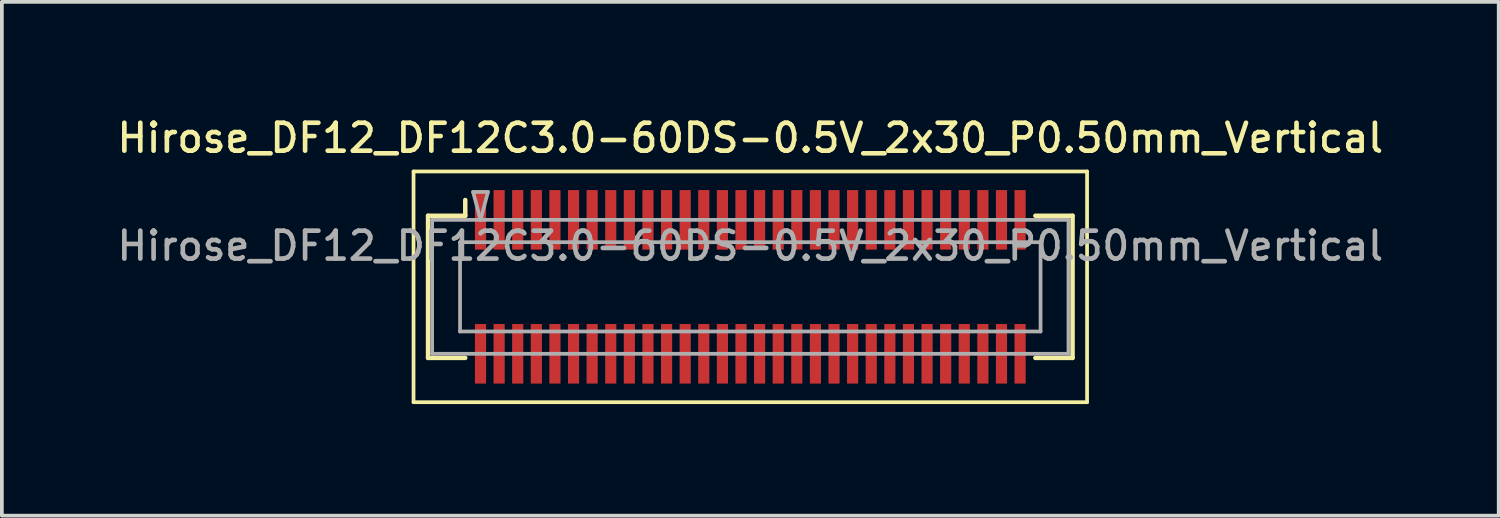
<source format=kicad_pcb>
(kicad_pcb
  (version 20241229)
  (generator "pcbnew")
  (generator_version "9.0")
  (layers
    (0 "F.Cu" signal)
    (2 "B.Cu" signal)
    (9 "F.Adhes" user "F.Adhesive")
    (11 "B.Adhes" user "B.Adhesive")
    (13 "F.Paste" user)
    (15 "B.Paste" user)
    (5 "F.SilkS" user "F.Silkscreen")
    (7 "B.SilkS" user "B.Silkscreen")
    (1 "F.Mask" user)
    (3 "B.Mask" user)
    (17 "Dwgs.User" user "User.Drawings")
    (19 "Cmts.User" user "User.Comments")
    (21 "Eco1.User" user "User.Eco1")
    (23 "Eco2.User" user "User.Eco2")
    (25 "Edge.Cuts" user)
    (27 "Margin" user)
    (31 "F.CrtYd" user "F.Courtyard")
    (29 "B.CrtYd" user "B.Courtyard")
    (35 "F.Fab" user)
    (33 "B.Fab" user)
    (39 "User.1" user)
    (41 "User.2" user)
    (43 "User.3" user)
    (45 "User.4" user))
  (footprint "Hirose_DF12_DF12C3.0-60DS-0.5V_2x30_P0.50mm_Vertical"
    (layer "F.Cu")
    (at 17.113 4.658)
    (property "Reference" "Hirose_DF12_DF12C3.0-60DS-0.5V_2x30_P0.50mm_Vertical" (at 0 -4 0) (layer "F.SilkS") (effects (font (size 0.75 0.75) (thickness 0.125))))
    (attr smd)
    (fp_line (start -9.05 -3.1) (end -9.05 3.1) (stroke (width 0.1) (type solid)) (layer "F.SilkS"))
    (fp_line (start -9.05 3.1) (end 9.05 3.1) (stroke (width 0.1) (type solid)) (layer "F.SilkS"))
    (fp_line (start -8.66 -1.91) (end -7.66 -1.91) (stroke (width 0.12) (type solid)) (layer "F.SilkS"))
    (fp_line (start -8.66 1.91) (end -8.66 -1.91) (stroke (width 0.12) (type solid)) (layer "F.SilkS"))
    (fp_line (start -7.66 -1.91) (end -7.66 -2.333) (stroke (width 0.12) (type solid)) (layer "F.SilkS"))
    (fp_line (start -7.66 1.91) (end -8.66 1.91) (stroke (width 0.12) (type solid)) (layer "F.SilkS"))
    (fp_line (start 7.66 1.91) (end 8.66 1.91) (stroke (width 0.12) (type solid)) (layer "F.SilkS"))
    (fp_line (start 8.66 -1.91) (end 7.66 -1.91) (stroke (width 0.12) (type solid)) (layer "F.SilkS"))
    (fp_line (start 8.66 1.91) (end 8.66 -1.91) (stroke (width 0.12) (type solid)) (layer "F.SilkS"))
    (fp_line (start 9.05 -3.1) (end -9.05 -3.1) (stroke (width 0.1) (type solid)) (layer "F.SilkS"))
    (fp_line (start 9.05 3.1) (end 9.05 -3.1) (stroke (width 0.1) (type solid)) (layer "F.SilkS"))
    (fp_line (start -8.55 -1.8) (end 8.55 -1.8) (stroke (width 0.1) (type solid)) (layer "F.Fab"))
    (fp_line (start -8.55 1.8) (end -8.55 -1.8) (stroke (width 0.1) (type solid)) (layer "F.Fab"))
    (fp_line (start -7.8 -1.2) (end 7.8 -1.2) (stroke (width 0.1) (type solid)) (layer "F.Fab"))
    (fp_line (start -7.8 1.2) (end -7.8 -1.2) (stroke (width 0.1) (type solid)) (layer "F.Fab"))
    (fp_line (start -7.45 -2.55) (end -7.25 -1.8) (stroke (width 0.1) (type solid)) (layer "F.Fab"))
    (fp_line (start -7.25 -1.8) (end -7.05 -2.55) (stroke (width 0.1) (type solid)) (layer "F.Fab"))
    (fp_line (start -7.05 -2.55) (end -7.45 -2.55) (stroke (width 0.1) (type solid)) (layer "F.Fab"))
    (fp_line (start 7.8 -1.2) (end 7.8 1.2) (stroke (width 0.1) (type solid)) (layer "F.Fab"))
    (fp_line (start 7.8 1.2) (end -7.8 1.2) (stroke (width 0.1) (type solid)) (layer "F.Fab"))
    (fp_line (start 8.55 -1.8) (end 8.55 1.8) (stroke (width 0.1) (type solid)) (layer "F.Fab"))
    (fp_line (start 8.55 1.8) (end -8.55 1.8) (stroke (width 0.1) (type solid)) (layer "F.Fab"))
    (fp_text user "${REFERENCE}" (at 0 -1.1 0) (layer "F.Fab") (effects (font (size 0.75 0.75) (thickness 0.125))))
    (pad "" smd rect (at -7.25 -2) (size 0.28 1.2) (layers "F.Paste"))
    (pad "" smd rect (at -7.25 2) (size 0.28 1.2) (layers "F.Paste"))
    (pad "" smd rect (at -6.75 -2) (size 0.28 1.2) (layers "F.Paste"))
    (pad "" smd rect (at -6.75 2) (size 0.28 1.2) (layers "F.Paste"))
    (pad "" smd rect (at -6.25 -2) (size 0.28 1.2) (layers "F.Paste"))
    (pad "" smd rect (at -6.25 2) (size 0.28 1.2) (layers "F.Paste"))
    (pad "" smd rect (at -5.75 -2) (size 0.28 1.2) (layers "F.Paste"))
    (pad "" smd rect (at -5.75 2) (size 0.28 1.2) (layers "F.Paste"))
    (pad "" smd rect (at -5.25 -2) (size 0.28 1.2) (layers "F.Paste"))
    (pad "" smd rect (at -5.25 2) (size 0.28 1.2) (layers "F.Paste"))
    (pad "" smd rect (at -4.75 -2) (size 0.28 1.2) (layers "F.Paste"))
    (pad "" smd rect (at -4.75 2) (size 0.28 1.2) (layers "F.Paste"))
    (pad "" smd rect (at -4.25 -2) (size 0.28 1.2) (layers "F.Paste"))
    (pad "" smd rect (at -4.25 2) (size 0.28 1.2) (layers "F.Paste"))
    (pad "" smd rect (at -3.75 -2) (size 0.28 1.2) (layers "F.Paste"))
    (pad "" smd rect (at -3.75 2) (size 0.28 1.2) (layers "F.Paste"))
    (pad "" smd rect (at -3.25 -2) (size 0.28 1.2) (layers "F.Paste"))
    (pad "" smd rect (at -3.25 2) (size 0.28 1.2) (layers "F.Paste"))
    (pad "" smd rect (at -2.75 -2) (size 0.28 1.2) (layers "F.Paste"))
    (pad "" smd rect (at -2.75 2) (size 0.28 1.2) (layers "F.Paste"))
    (pad "" smd rect (at -2.25 -2) (size 0.28 1.2) (layers "F.Paste"))
    (pad "" smd rect (at -2.25 2) (size 0.28 1.2) (layers "F.Paste"))
    (pad "" smd rect (at -1.75 -2) (size 0.28 1.2) (layers "F.Paste"))
    (pad "" smd rect (at -1.75 2) (size 0.28 1.2) (layers "F.Paste"))
    (pad "" smd rect (at -1.25 -2) (size 0.28 1.2) (layers "F.Paste"))
    (pad "" smd rect (at -1.25 2) (size 0.28 1.2) (layers "F.Paste"))
    (pad "" smd rect (at -0.75 -2) (size 0.28 1.2) (layers "F.Paste"))
    (pad "" smd rect (at -0.75 2) (size 0.28 1.2) (layers "F.Paste"))
    (pad "" smd rect (at -0.25 -2) (size 0.28 1.2) (layers "F.Paste"))
    (pad "" smd rect (at -0.25 2) (size 0.28 1.2) (layers "F.Paste"))
    (pad "" smd rect (at 0.25 -2) (size 0.28 1.2) (layers "F.Paste"))
    (pad "" smd rect (at 0.25 2) (size 0.28 1.2) (layers "F.Paste"))
    (pad "" smd rect (at 0.75 -2) (size 0.28 1.2) (layers "F.Paste"))
    (pad "" smd rect (at 0.75 2) (size 0.28 1.2) (layers "F.Paste"))
    (pad "" smd rect (at 1.25 -2) (size 0.28 1.2) (layers "F.Paste"))
    (pad "" smd rect (at 1.25 2) (size 0.28 1.2) (layers "F.Paste"))
    (pad "" smd rect (at 1.75 -2) (size 0.28 1.2) (layers "F.Paste"))
    (pad "" smd rect (at 1.75 2) (size 0.28 1.2) (layers "F.Paste"))
    (pad "" smd rect (at 2.25 -2) (size 0.28 1.2) (layers "F.Paste"))
    (pad "" smd rect (at 2.25 2) (size 0.28 1.2) (layers "F.Paste"))
    (pad "" smd rect (at 2.75 -2) (size 0.28 1.2) (layers "F.Paste"))
    (pad "" smd rect (at 2.75 2) (size 0.28 1.2) (layers "F.Paste"))
    (pad "" smd rect (at 3.25 -2) (size 0.28 1.2) (layers "F.Paste"))
    (pad "" smd rect (at 3.25 2) (size 0.28 1.2) (layers "F.Paste"))
    (pad "" smd rect (at 3.75 -2) (size 0.28 1.2) (layers "F.Paste"))
    (pad "" smd rect (at 3.75 2) (size 0.28 1.2) (layers "F.Paste"))
    (pad "" smd rect (at 4.25 -2) (size 0.28 1.2) (layers "F.Paste"))
    (pad "" smd rect (at 4.25 2) (size 0.28 1.2) (layers "F.Paste"))
    (pad "" smd rect (at 4.75 -2) (size 0.28 1.2) (layers "F.Paste"))
    (pad "" smd rect (at 4.75 2) (size 0.28 1.2) (layers "F.Paste"))
    (pad "" smd rect (at 5.25 -2) (size 0.28 1.2) (layers "F.Paste"))
    (pad "" smd rect (at 5.25 2) (size 0.28 1.2) (layers "F.Paste"))
    (pad "" smd rect (at 5.75 -2) (size 0.28 1.2) (layers "F.Paste"))
    (pad "" smd rect (at 5.75 2) (size 0.28 1.2) (layers "F.Paste"))
    (pad "" smd rect (at 6.25 -2) (size 0.28 1.2) (layers "F.Paste"))
    (pad "" smd rect (at 6.25 2) (size 0.28 1.2) (layers "F.Paste"))
    (pad "" smd rect (at 6.75 -2) (size 0.28 1.2) (layers "F.Paste"))
    (pad "" smd rect (at 6.75 2) (size 0.28 1.2) (layers "F.Paste"))
    (pad "" smd rect (at 7.25 -2) (size 0.28 1.2) (layers "F.Paste"))
    (pad "" smd rect (at 7.25 2) (size 0.28 1.2) (layers "F.Paste"))
    (pad "1" smd rect (at -7.25 -1.8) (size 0.3 1.6) (layers "F.Cu" "F.Mask"))
    (pad "2" smd rect (at -6.75 -1.8) (size 0.3 1.6) (layers "F.Cu" "F.Mask"))
    (pad "3" smd rect (at -6.25 -1.8) (size 0.3 1.6) (layers "F.Cu" "F.Mask"))
    (pad "4" smd rect (at -5.75 -1.8) (size 0.3 1.6) (layers "F.Cu" "F.Mask"))
    (pad "5" smd rect (at -5.25 -1.8) (size 0.3 1.6) (layers "F.Cu" "F.Mask"))
    (pad "6" smd rect (at -4.75 -1.8) (size 0.3 1.6) (layers "F.Cu" "F.Mask"))
    (pad "7" smd rect (at -4.25 -1.8) (size 0.3 1.6) (layers "F.Cu" "F.Mask"))
    (pad "8" smd rect (at -3.75 -1.8) (size 0.3 1.6) (layers "F.Cu" "F.Mask"))
    (pad "9" smd rect (at -3.25 -1.8) (size 0.3 1.6) (layers "F.Cu" "F.Mask"))
    (pad "10" smd rect (at -2.75 -1.8) (size 0.3 1.6) (layers "F.Cu" "F.Mask"))
    (pad "11" smd rect (at -2.25 -1.8) (size 0.3 1.6) (layers "F.Cu" "F.Mask"))
    (pad "12" smd rect (at -1.75 -1.8) (size 0.3 1.6) (layers "F.Cu" "F.Mask"))
    (pad "13" smd rect (at -1.25 -1.8) (size 0.3 1.6) (layers "F.Cu" "F.Mask"))
    (pad "14" smd rect (at -0.75 -1.8) (size 0.3 1.6) (layers "F.Cu" "F.Mask"))
    (pad "15" smd rect (at -0.25 -1.8) (size 0.3 1.6) (layers "F.Cu" "F.Mask"))
    (pad "16" smd rect (at 0.25 -1.8) (size 0.3 1.6) (layers "F.Cu" "F.Mask"))
    (pad "17" smd rect (at 0.75 -1.8) (size 0.3 1.6) (layers "F.Cu" "F.Mask"))
    (pad "18" smd rect (at 1.25 -1.8) (size 0.3 1.6) (layers "F.Cu" "F.Mask"))
    (pad "19" smd rect (at 1.75 -1.8) (size 0.3 1.6) (layers "F.Cu" "F.Mask"))
    (pad "20" smd rect (at 2.25 -1.8) (size 0.3 1.6) (layers "F.Cu" "F.Mask"))
    (pad "21" smd rect (at 2.75 -1.8) (size 0.3 1.6) (layers "F.Cu" "F.Mask"))
    (pad "22" smd rect (at 3.25 -1.8) (size 0.3 1.6) (layers "F.Cu" "F.Mask"))
    (pad "23" smd rect (at 3.75 -1.8) (size 0.3 1.6) (layers "F.Cu" "F.Mask"))
    (pad "24" smd rect (at 4.25 -1.8) (size 0.3 1.6) (layers "F.Cu" "F.Mask"))
    (pad "25" smd rect (at 4.75 -1.8) (size 0.3 1.6) (layers "F.Cu" "F.Mask"))
    (pad "26" smd rect (at 5.25 -1.8) (size 0.3 1.6) (layers "F.Cu" "F.Mask"))
    (pad "27" smd rect (at 5.75 -1.8) (size 0.3 1.6) (layers "F.Cu" "F.Mask"))
    (pad "28" smd rect (at 6.25 -1.8) (size 0.3 1.6) (layers "F.Cu" "F.Mask"))
    (pad "29" smd rect (at 6.75 -1.8) (size 0.3 1.6) (layers "F.Cu" "F.Mask"))
    (pad "30" smd rect (at 7.25 -1.8) (size 0.3 1.6) (layers "F.Cu" "F.Mask"))
    (pad "31" smd rect (at -7.25 1.8) (size 0.3 1.6) (layers "F.Cu" "F.Mask"))
    (pad "32" smd rect (at -6.75 1.8) (size 0.3 1.6) (layers "F.Cu" "F.Mask"))
    (pad "33" smd rect (at -6.25 1.8) (size 0.3 1.6) (layers "F.Cu" "F.Mask"))
    (pad "34" smd rect (at -5.75 1.8) (size 0.3 1.6) (layers "F.Cu" "F.Mask"))
    (pad "35" smd rect (at -5.25 1.8) (size 0.3 1.6) (layers "F.Cu" "F.Mask"))
    (pad "36" smd rect (at -4.75 1.8) (size 0.3 1.6) (layers "F.Cu" "F.Mask"))
    (pad "37" smd rect (at -4.25 1.8) (size 0.3 1.6) (layers "F.Cu" "F.Mask"))
    (pad "38" smd rect (at -3.75 1.8) (size 0.3 1.6) (layers "F.Cu" "F.Mask"))
    (pad "39" smd rect (at -3.25 1.8) (size 0.3 1.6) (layers "F.Cu" "F.Mask"))
    (pad "40" smd rect (at -2.75 1.8) (size 0.3 1.6) (layers "F.Cu" "F.Mask"))
    (pad "41" smd rect (at -2.25 1.8) (size 0.3 1.6) (layers "F.Cu" "F.Mask"))
    (pad "42" smd rect (at -1.75 1.8) (size 0.3 1.6) (layers "F.Cu" "F.Mask"))
    (pad "43" smd rect (at -1.25 1.8) (size 0.3 1.6) (layers "F.Cu" "F.Mask"))
    (pad "44" smd rect (at -0.75 1.8) (size 0.3 1.6) (layers "F.Cu" "F.Mask"))
    (pad "45" smd rect (at -0.25 1.8) (size 0.3 1.6) (layers "F.Cu" "F.Mask"))
    (pad "46" smd rect (at 0.25 1.8) (size 0.3 1.6) (layers "F.Cu" "F.Mask"))
    (pad "47" smd rect (at 0.75 1.8) (size 0.3 1.6) (layers "F.Cu" "F.Mask"))
    (pad "48" smd rect (at 1.25 1.8) (size 0.3 1.6) (layers "F.Cu" "F.Mask"))
    (pad "49" smd rect (at 1.75 1.8) (size 0.3 1.6) (layers "F.Cu" "F.Mask"))
    (pad "50" smd rect (at 2.25 1.8) (size 0.3 1.6) (layers "F.Cu" "F.Mask"))
    (pad "51" smd rect (at 2.75 1.8) (size 0.3 1.6) (layers "F.Cu" "F.Mask"))
    (pad "52" smd rect (at 3.25 1.8) (size 0.3 1.6) (layers "F.Cu" "F.Mask"))
    (pad "53" smd rect (at 3.75 1.8) (size 0.3 1.6) (layers "F.Cu" "F.Mask"))
    (pad "54" smd rect (at 4.25 1.8) (size 0.3 1.6) (layers "F.Cu" "F.Mask"))
    (pad "55" smd rect (at 4.75 1.8) (size 0.3 1.6) (layers "F.Cu" "F.Mask"))
    (pad "56" smd rect (at 5.25 1.8) (size 0.3 1.6) (layers "F.Cu" "F.Mask"))
    (pad "57" smd rect (at 5.75 1.8) (size 0.3 1.6) (layers "F.Cu" "F.Mask"))
    (pad "58" smd rect (at 6.25 1.8) (size 0.3 1.6) (layers "F.Cu" "F.Mask"))
    (pad "59" smd rect (at 6.75 1.8) (size 0.3 1.6) (layers "F.Cu" "F.Mask"))
    (pad "60" smd rect (at 7.25 1.8) (size 0.3 1.6) (layers "F.Cu" "F.Mask")))
  (gr_rect
    (start -3 -3)
    (end 37.225 10.808)
    (stroke (width 0.1) (type default))
    (fill no)
    (layer "Edge.Cuts")))
</source>
